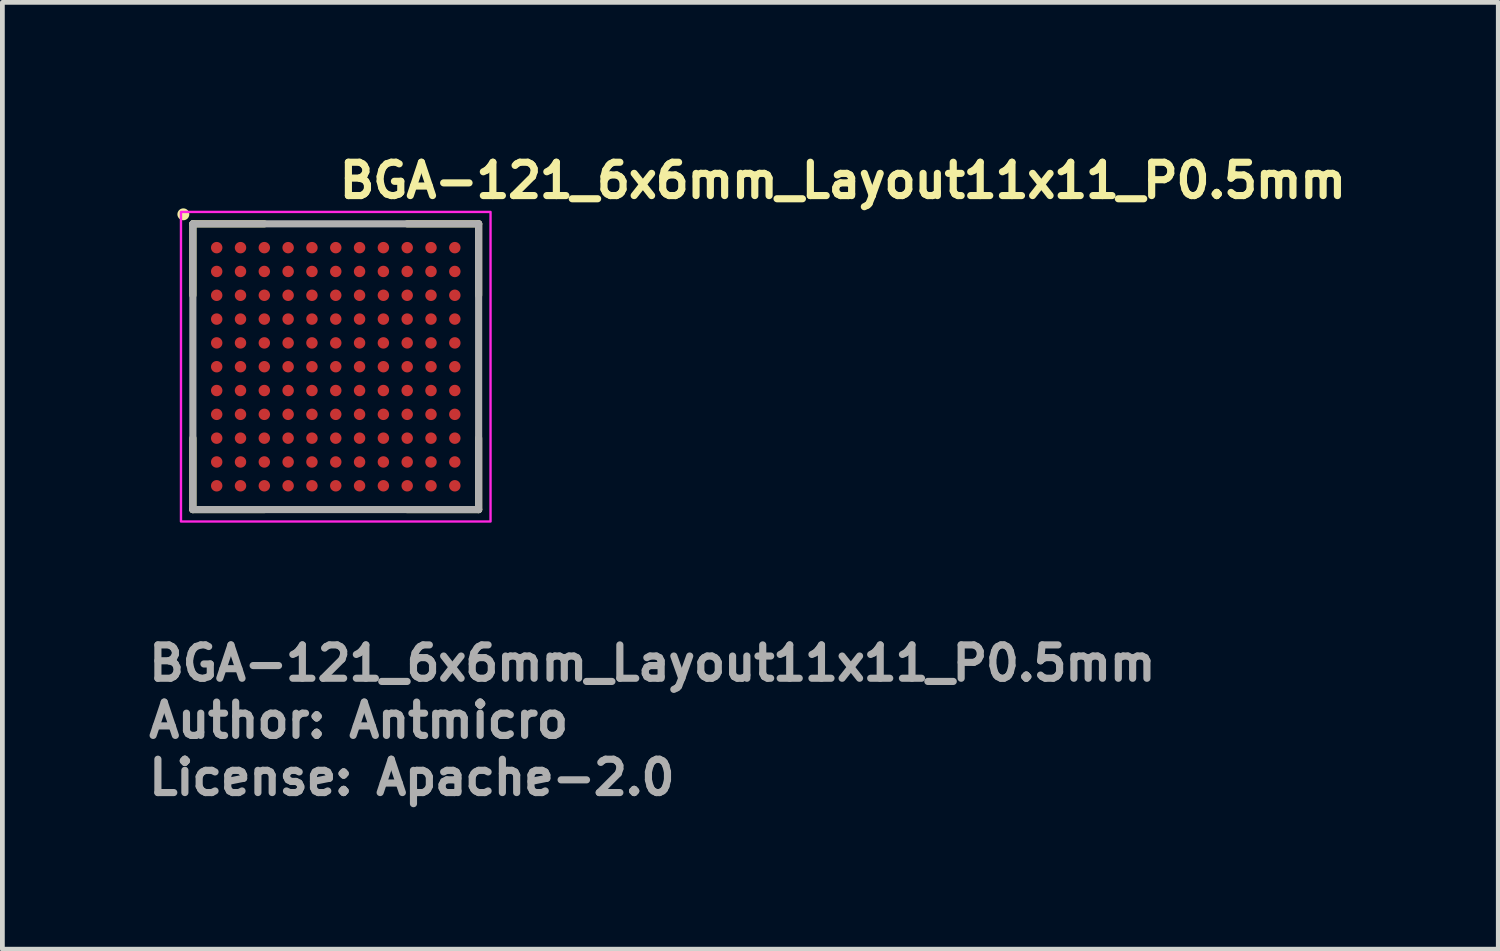
<source format=kicad_pcb>
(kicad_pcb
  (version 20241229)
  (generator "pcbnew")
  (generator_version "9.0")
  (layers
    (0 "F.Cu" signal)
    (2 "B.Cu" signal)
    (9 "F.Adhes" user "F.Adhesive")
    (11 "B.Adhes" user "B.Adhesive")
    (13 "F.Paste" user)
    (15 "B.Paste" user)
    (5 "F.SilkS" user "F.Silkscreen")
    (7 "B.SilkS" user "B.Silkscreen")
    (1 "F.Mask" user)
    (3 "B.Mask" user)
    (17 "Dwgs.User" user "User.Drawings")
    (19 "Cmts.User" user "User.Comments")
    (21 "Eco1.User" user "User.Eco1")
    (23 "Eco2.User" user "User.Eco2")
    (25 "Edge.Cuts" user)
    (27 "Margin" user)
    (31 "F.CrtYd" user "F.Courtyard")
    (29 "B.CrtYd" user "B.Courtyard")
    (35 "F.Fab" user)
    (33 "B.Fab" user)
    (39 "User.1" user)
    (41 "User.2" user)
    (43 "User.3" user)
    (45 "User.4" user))
  (footprint "BGA-121_6x6mm_Layout11x11_P0.5mm"
    (layer "F.Cu")
    (at 4 4.65)
    (property "Reference" "BGA-121_6x6mm_Layout11x11_P0.5mm" (at 0 -3.5 0) (layer "F.SilkS") (effects (font (size 0.7 0.7) (thickness 0.15)) (justify left bottom)))
    (attr smd)
    (fp_line (start -3 -3) (end -3 -1.5) (stroke (width 0.15) (type solid)) (layer "F.SilkS"))
    (fp_line (start -3 -3) (end -1.5 -3) (stroke (width 0.15) (type solid)) (layer "F.SilkS"))
    (fp_line (start -3 3) (end -3 1.5) (stroke (width 0.15) (type solid)) (layer "F.SilkS"))
    (fp_line (start -3 3) (end -1.5 3) (stroke (width 0.15) (type solid)) (layer "F.SilkS"))
    (fp_line (start 3 -3) (end 1.5 -3) (stroke (width 0.15) (type solid)) (layer "F.SilkS"))
    (fp_line (start 3 -3) (end 3 -1.5) (stroke (width 0.15) (type solid)) (layer "F.SilkS"))
    (fp_line (start 3 3) (end 1.5 3) (stroke (width 0.15) (type solid)) (layer "F.SilkS"))
    (fp_line (start 3 3) (end 3 1.5) (stroke (width 0.15) (type solid)) (layer "F.SilkS"))
    (fp_circle (center -3.2 -3.2) (end -3.15 -3.2) (stroke (width 0.15) (type solid)) (fill yes) (layer "F.SilkS"))
    (fp_rect (start -3.25 -3.25) (end 3.25 3.25) (stroke (width 0.05) (type solid)) (fill no) (layer "F.CrtYd"))
    (fp_line (start -3 3) (end -3 -3) (stroke (width 0.15) (type solid)) (layer "F.Fab"))
    (fp_line (start 3 -3) (end -3 -3) (stroke (width 0.15) (type solid)) (layer "F.Fab"))
    (fp_line (start 3 3) (end -3 3) (stroke (width 0.15) (type solid)) (layer "F.Fab"))
    (fp_line (start 3 3) (end 3 -3) (stroke (width 0.15) (type solid)) (layer "F.Fab"))
    (fp_rect (start -3 -3) (end 3 3) (stroke (width 0.1) (type solid)) (fill no) (layer "User.5"))
    (fp_line (start -3 -3) (end -3 3) (stroke (width 0.02) (type solid)) (layer "User.9"))
    (fp_line (start -3 3) (end 3 3) (stroke (width 0.02) (type solid)) (layer "User.9"))
    (fp_line (start 3 -3) (end -3 -3) (stroke (width 0.02) (type solid)) (layer "User.9"))
    (fp_line (start 3 3) (end 3 -3) (stroke (width 0.02) (type solid)) (layer "User.9"))
    (fp_text user "${REFERENCE}" (at -4 6.635 0) (layer "F.Fab") (effects (font (size 0.7 0.7) (thickness 0.15)) (justify left bottom)))
    (fp_text user "License: Apache-2.0" (at -4 9.035 0) (layer "F.Fab") (effects (font (size 0.7 0.7) (thickness 0.15)) (justify left bottom)))
    (fp_text user "Author: Antmicro" (at -4 7.835 0) (layer "F.Fab") (effects (font (size 0.7 0.7) (thickness 0.15)) (justify left bottom)))
    (pad "A1" smd circle (at -2.5 -2.5) (size 0.24 0.24) (layers "F.Cu" "F.Mask" "F.Paste"))
    (pad "A2" smd circle (at -2 -2.5) (size 0.24 0.24) (layers "F.Cu" "F.Mask" "F.Paste"))
    (pad "A3" smd circle (at -1.5 -2.5) (size 0.24 0.24) (layers "F.Cu" "F.Mask" "F.Paste"))
    (pad "A4" smd circle (at -1 -2.5) (size 0.24 0.24) (layers "F.Cu" "F.Mask" "F.Paste"))
    (pad "A5" smd circle (at -0.5 -2.5) (size 0.24 0.24) (layers "F.Cu" "F.Mask" "F.Paste"))
    (pad "A6" smd circle (at 0 -2.5) (size 0.24 0.24) (layers "F.Cu" "F.Mask" "F.Paste"))
    (pad "A7" smd circle (at 0.5 -2.5) (size 0.24 0.24) (layers "F.Cu" "F.Mask" "F.Paste"))
    (pad "A8" smd circle (at 1 -2.5) (size 0.24 0.24) (layers "F.Cu" "F.Mask" "F.Paste"))
    (pad "A9" smd circle (at 1.5 -2.5) (size 0.24 0.24) (layers "F.Cu" "F.Mask" "F.Paste"))
    (pad "A10" smd circle (at 2 -2.5) (size 0.24 0.24) (layers "F.Cu" "F.Mask" "F.Paste"))
    (pad "A11" smd circle (at 2.5 -2.5) (size 0.24 0.24) (layers "F.Cu" "F.Mask" "F.Paste"))
    (pad "B1" smd circle (at -2.5 -2) (size 0.24 0.24) (layers "F.Cu" "F.Mask" "F.Paste"))
    (pad "B2" smd circle (at -2 -2) (size 0.24 0.24) (layers "F.Cu" "F.Mask" "F.Paste"))
    (pad "B3" smd circle (at -1.5 -2) (size 0.24 0.24) (layers "F.Cu" "F.Mask" "F.Paste"))
    (pad "B4" smd circle (at -1 -2) (size 0.24 0.24) (layers "F.Cu" "F.Mask" "F.Paste"))
    (pad "B5" smd circle (at -0.5 -2) (size 0.24 0.24) (layers "F.Cu" "F.Mask" "F.Paste"))
    (pad "B6" smd circle (at 0 -2) (size 0.24 0.24) (layers "F.Cu" "F.Mask" "F.Paste"))
    (pad "B7" smd circle (at 0.5 -2) (size 0.24 0.24) (layers "F.Cu" "F.Mask" "F.Paste"))
    (pad "B8" smd circle (at 1 -2) (size 0.24 0.24) (layers "F.Cu" "F.Mask" "F.Paste"))
    (pad "B9" smd circle (at 1.5 -2) (size 0.24 0.24) (layers "F.Cu" "F.Mask" "F.Paste"))
    (pad "B10" smd circle (at 2 -2) (size 0.24 0.24) (layers "F.Cu" "F.Mask" "F.Paste"))
    (pad "B11" smd circle (at 2.5 -2) (size 0.24 0.24) (layers "F.Cu" "F.Mask" "F.Paste"))
    (pad "C1" smd circle (at -2.5 -1.5) (size 0.24 0.24) (layers "F.Cu" "F.Mask" "F.Paste"))
    (pad "C2" smd circle (at -2 -1.5) (size 0.24 0.24) (layers "F.Cu" "F.Mask" "F.Paste"))
    (pad "C3" smd circle (at -1.5 -1.5) (size 0.24 0.24) (layers "F.Cu" "F.Mask" "F.Paste"))
    (pad "C4" smd circle (at -1 -1.5) (size 0.24 0.24) (layers "F.Cu" "F.Mask" "F.Paste"))
    (pad "C5" smd circle (at -0.5 -1.5) (size 0.24 0.24) (layers "F.Cu" "F.Mask" "F.Paste"))
    (pad "C6" smd circle (at 0 -1.5) (size 0.24 0.24) (layers "F.Cu" "F.Mask" "F.Paste"))
    (pad "C7" smd circle (at 0.5 -1.5) (size 0.24 0.24) (layers "F.Cu" "F.Mask" "F.Paste"))
    (pad "C8" smd circle (at 1 -1.5) (size 0.24 0.24) (layers "F.Cu" "F.Mask" "F.Paste"))
    (pad "C9" smd circle (at 1.5 -1.5) (size 0.24 0.24) (layers "F.Cu" "F.Mask" "F.Paste"))
    (pad "C10" smd circle (at 2 -1.5) (size 0.24 0.24) (layers "F.Cu" "F.Mask" "F.Paste"))
    (pad "C11" smd circle (at 2.5 -1.5) (size 0.24 0.24) (layers "F.Cu" "F.Mask" "F.Paste"))
    (pad "D1" smd circle (at -2.5 -1) (size 0.24 0.24) (layers "F.Cu" "F.Mask" "F.Paste"))
    (pad "D2" smd circle (at -2 -1) (size 0.24 0.24) (layers "F.Cu" "F.Mask" "F.Paste"))
    (pad "D3" smd circle (at -1.5 -1) (size 0.24 0.24) (layers "F.Cu" "F.Mask" "F.Paste"))
    (pad "D4" smd circle (at -1 -1) (size 0.24 0.24) (layers "F.Cu" "F.Mask" "F.Paste"))
    (pad "D5" smd circle (at -0.5 -1) (size 0.24 0.24) (layers "F.Cu" "F.Mask" "F.Paste"))
    (pad "D6" smd circle (at 0 -1) (size 0.24 0.24) (layers "F.Cu" "F.Mask" "F.Paste"))
    (pad "D7" smd circle (at 0.5 -1) (size 0.24 0.24) (layers "F.Cu" "F.Mask" "F.Paste"))
    (pad "D8" smd circle (at 1 -1) (size 0.24 0.24) (layers "F.Cu" "F.Mask" "F.Paste"))
    (pad "D9" smd circle (at 1.5 -1) (size 0.24 0.24) (layers "F.Cu" "F.Mask" "F.Paste"))
    (pad "D10" smd circle (at 2 -1) (size 0.24 0.24) (layers "F.Cu" "F.Mask" "F.Paste"))
    (pad "D11" smd circle (at 2.5 -1) (size 0.24 0.24) (layers "F.Cu" "F.Mask" "F.Paste"))
    (pad "E1" smd circle (at -2.5 -0.5) (size 0.24 0.24) (layers "F.Cu" "F.Mask" "F.Paste"))
    (pad "E2" smd circle (at -2 -0.5) (size 0.24 0.24) (layers "F.Cu" "F.Mask" "F.Paste"))
    (pad "E3" smd circle (at -1.5 -0.5) (size 0.24 0.24) (layers "F.Cu" "F.Mask" "F.Paste"))
    (pad "E4" smd circle (at -1 -0.5) (size 0.24 0.24) (layers "F.Cu" "F.Mask" "F.Paste"))
    (pad "E5" smd circle (at -0.5 -0.5) (size 0.24 0.24) (layers "F.Cu" "F.Mask" "F.Paste"))
    (pad "E6" smd circle (at 0 -0.5) (size 0.24 0.24) (layers "F.Cu" "F.Mask" "F.Paste"))
    (pad "E7" smd circle (at 0.5 -0.5) (size 0.24 0.24) (layers "F.Cu" "F.Mask" "F.Paste"))
    (pad "E8" smd circle (at 1 -0.5) (size 0.24 0.24) (layers "F.Cu" "F.Mask" "F.Paste"))
    (pad "E9" smd circle (at 1.5 -0.5) (size 0.24 0.24) (layers "F.Cu" "F.Mask" "F.Paste"))
    (pad "E10" smd circle (at 2 -0.5) (size 0.24 0.24) (layers "F.Cu" "F.Mask" "F.Paste"))
    (pad "E11" smd circle (at 2.5 -0.5) (size 0.24 0.24) (layers "F.Cu" "F.Mask" "F.Paste"))
    (pad "F1" smd circle (at -2.5 0) (size 0.24 0.24) (layers "F.Cu" "F.Mask" "F.Paste"))
    (pad "F2" smd circle (at -2 0) (size 0.24 0.24) (layers "F.Cu" "F.Mask" "F.Paste"))
    (pad "F3" smd circle (at -1.5 0) (size 0.24 0.24) (layers "F.Cu" "F.Mask" "F.Paste"))
    (pad "F4" smd circle (at -1 0) (size 0.24 0.24) (layers "F.Cu" "F.Mask" "F.Paste"))
    (pad "F5" smd circle (at -0.5 0) (size 0.24 0.24) (layers "F.Cu" "F.Mask" "F.Paste"))
    (pad "F6" smd circle (at 0 0) (size 0.24 0.24) (layers "F.Cu" "F.Mask" "F.Paste"))
    (pad "F7" smd circle (at 0.5 0) (size 0.24 0.24) (layers "F.Cu" "F.Mask" "F.Paste"))
    (pad "F8" smd circle (at 1 0) (size 0.24 0.24) (layers "F.Cu" "F.Mask" "F.Paste"))
    (pad "F9" smd circle (at 1.5 0) (size 0.24 0.24) (layers "F.Cu" "F.Mask" "F.Paste"))
    (pad "F10" smd circle (at 2 0) (size 0.24 0.24) (layers "F.Cu" "F.Mask" "F.Paste"))
    (pad "F11" smd circle (at 2.5 0) (size 0.24 0.24) (layers "F.Cu" "F.Mask" "F.Paste"))
    (pad "G1" smd circle (at -2.5 0.5) (size 0.24 0.24) (layers "F.Cu" "F.Mask" "F.Paste"))
    (pad "G2" smd circle (at -2 0.5) (size 0.24 0.24) (layers "F.Cu" "F.Mask" "F.Paste"))
    (pad "G3" smd circle (at -1.5 0.5) (size 0.24 0.24) (layers "F.Cu" "F.Mask" "F.Paste"))
    (pad "G4" smd circle (at -1 0.5) (size 0.24 0.24) (layers "F.Cu" "F.Mask" "F.Paste"))
    (pad "G5" smd circle (at -0.5 0.5) (size 0.24 0.24) (layers "F.Cu" "F.Mask" "F.Paste"))
    (pad "G6" smd circle (at 0 0.5) (size 0.24 0.24) (layers "F.Cu" "F.Mask" "F.Paste"))
    (pad "G7" smd circle (at 0.5 0.5) (size 0.24 0.24) (layers "F.Cu" "F.Mask" "F.Paste"))
    (pad "G8" smd circle (at 1 0.5) (size 0.24 0.24) (layers "F.Cu" "F.Mask" "F.Paste"))
    (pad "G9" smd circle (at 1.5 0.5) (size 0.24 0.24) (layers "F.Cu" "F.Mask" "F.Paste"))
    (pad "G10" smd circle (at 2 0.5) (size 0.24 0.24) (layers "F.Cu" "F.Mask" "F.Paste"))
    (pad "G11" smd circle (at 2.5 0.5) (size 0.24 0.24) (layers "F.Cu" "F.Mask" "F.Paste"))
    (pad "H1" smd circle (at -2.5 1) (size 0.24 0.24) (layers "F.Cu" "F.Mask" "F.Paste"))
    (pad "H2" smd circle (at -2 1) (size 0.24 0.24) (layers "F.Cu" "F.Mask" "F.Paste"))
    (pad "H3" smd circle (at -1.5 1) (size 0.24 0.24) (layers "F.Cu" "F.Mask" "F.Paste"))
    (pad "H4" smd circle (at -1 1) (size 0.24 0.24) (layers "F.Cu" "F.Mask" "F.Paste"))
    (pad "H5" smd circle (at -0.5 1) (size 0.24 0.24) (layers "F.Cu" "F.Mask" "F.Paste"))
    (pad "H6" smd circle (at 0 1) (size 0.24 0.24) (layers "F.Cu" "F.Mask" "F.Paste"))
    (pad "H7" smd circle (at 0.5 1) (size 0.24 0.24) (layers "F.Cu" "F.Mask" "F.Paste"))
    (pad "H8" smd circle (at 1 1) (size 0.24 0.24) (layers "F.Cu" "F.Mask" "F.Paste"))
    (pad "H9" smd circle (at 1.5 1) (size 0.24 0.24) (layers "F.Cu" "F.Mask" "F.Paste"))
    (pad "H10" smd circle (at 2 1) (size 0.24 0.24) (layers "F.Cu" "F.Mask" "F.Paste"))
    (pad "H11" smd circle (at 2.5 1) (size 0.24 0.24) (layers "F.Cu" "F.Mask" "F.Paste"))
    (pad "J1" smd circle (at -2.5 1.5) (size 0.24 0.24) (layers "F.Cu" "F.Mask" "F.Paste"))
    (pad "J2" smd circle (at -2 1.5) (size 0.24 0.24) (layers "F.Cu" "F.Mask" "F.Paste"))
    (pad "J3" smd circle (at -1.5 1.5) (size 0.24 0.24) (layers "F.Cu" "F.Mask" "F.Paste"))
    (pad "J4" smd circle (at -1 1.5) (size 0.24 0.24) (layers "F.Cu" "F.Mask" "F.Paste"))
    (pad "J5" smd circle (at -0.5 1.5) (size 0.24 0.24) (layers "F.Cu" "F.Mask" "F.Paste"))
    (pad "J6" smd circle (at 0 1.5) (size 0.24 0.24) (layers "F.Cu" "F.Mask" "F.Paste"))
    (pad "J7" smd circle (at 0.5 1.5) (size 0.24 0.24) (layers "F.Cu" "F.Mask" "F.Paste"))
    (pad "J8" smd circle (at 1 1.5) (size 0.24 0.24) (layers "F.Cu" "F.Mask" "F.Paste"))
    (pad "J9" smd circle (at 1.5 1.5) (size 0.24 0.24) (layers "F.Cu" "F.Mask" "F.Paste"))
    (pad "J10" smd circle (at 2 1.5) (size 0.24 0.24) (layers "F.Cu" "F.Mask" "F.Paste"))
    (pad "J11" smd circle (at 2.5 1.5) (size 0.24 0.24) (layers "F.Cu" "F.Mask" "F.Paste"))
    (pad "K1" smd circle (at -2.5 2) (size 0.24 0.24) (layers "F.Cu" "F.Mask" "F.Paste"))
    (pad "K2" smd circle (at -2 2) (size 0.24 0.24) (layers "F.Cu" "F.Mask" "F.Paste"))
    (pad "K3" smd circle (at -1.5 2) (size 0.24 0.24) (layers "F.Cu" "F.Mask" "F.Paste"))
    (pad "K4" smd circle (at -1 2) (size 0.24 0.24) (layers "F.Cu" "F.Mask" "F.Paste"))
    (pad "K5" smd circle (at -0.5 2) (size 0.24 0.24) (layers "F.Cu" "F.Mask" "F.Paste"))
    (pad "K6" smd circle (at 0 2) (size 0.24 0.24) (layers "F.Cu" "F.Mask" "F.Paste"))
    (pad "K7" smd circle (at 0.5 2) (size 0.24 0.24) (layers "F.Cu" "F.Mask" "F.Paste"))
    (pad "K8" smd circle (at 1 2) (size 0.24 0.24) (layers "F.Cu" "F.Mask" "F.Paste"))
    (pad "K9" smd circle (at 1.5 2) (size 0.24 0.24) (layers "F.Cu" "F.Mask" "F.Paste"))
    (pad "K10" smd circle (at 2 2) (size 0.24 0.24) (layers "F.Cu" "F.Mask" "F.Paste"))
    (pad "K11" smd circle (at 2.5 2) (size 0.24 0.24) (layers "F.Cu" "F.Mask" "F.Paste"))
    (pad "L1" smd circle (at -2.5 2.5) (size 0.24 0.24) (layers "F.Cu" "F.Mask" "F.Paste"))
    (pad "L2" smd circle (at -2 2.5) (size 0.24 0.24) (layers "F.Cu" "F.Mask" "F.Paste"))
    (pad "L3" smd circle (at -1.5 2.5) (size 0.24 0.24) (layers "F.Cu" "F.Mask" "F.Paste"))
    (pad "L4" smd circle (at -1 2.5) (size 0.24 0.24) (layers "F.Cu" "F.Mask" "F.Paste"))
    (pad "L5" smd circle (at -0.5 2.5) (size 0.24 0.24) (layers "F.Cu" "F.Mask" "F.Paste"))
    (pad "L6" smd circle (at 0 2.5) (size 0.24 0.24) (layers "F.Cu" "F.Mask" "F.Paste"))
    (pad "L7" smd circle (at 0.5 2.5) (size 0.24 0.24) (layers "F.Cu" "F.Mask" "F.Paste"))
    (pad "L8" smd circle (at 1 2.5) (size 0.24 0.24) (layers "F.Cu" "F.Mask" "F.Paste"))
    (pad "L9" smd circle (at 1.5 2.5) (size 0.24 0.24) (layers "F.Cu" "F.Mask" "F.Paste"))
    (pad "L10" smd circle (at 2 2.5) (size 0.24 0.24) (layers "F.Cu" "F.Mask" "F.Paste"))
    (pad "L11" smd circle (at 2.5 2.5) (size 0.24 0.24) (layers "F.Cu" "F.Mask" "F.Paste")))
  (gr_rect
    (start -3 -3)
    (end 28.41 16.881)
    (stroke (width 0.1) (type default))
    (fill no)
    (layer "Edge.Cuts")))
</source>
